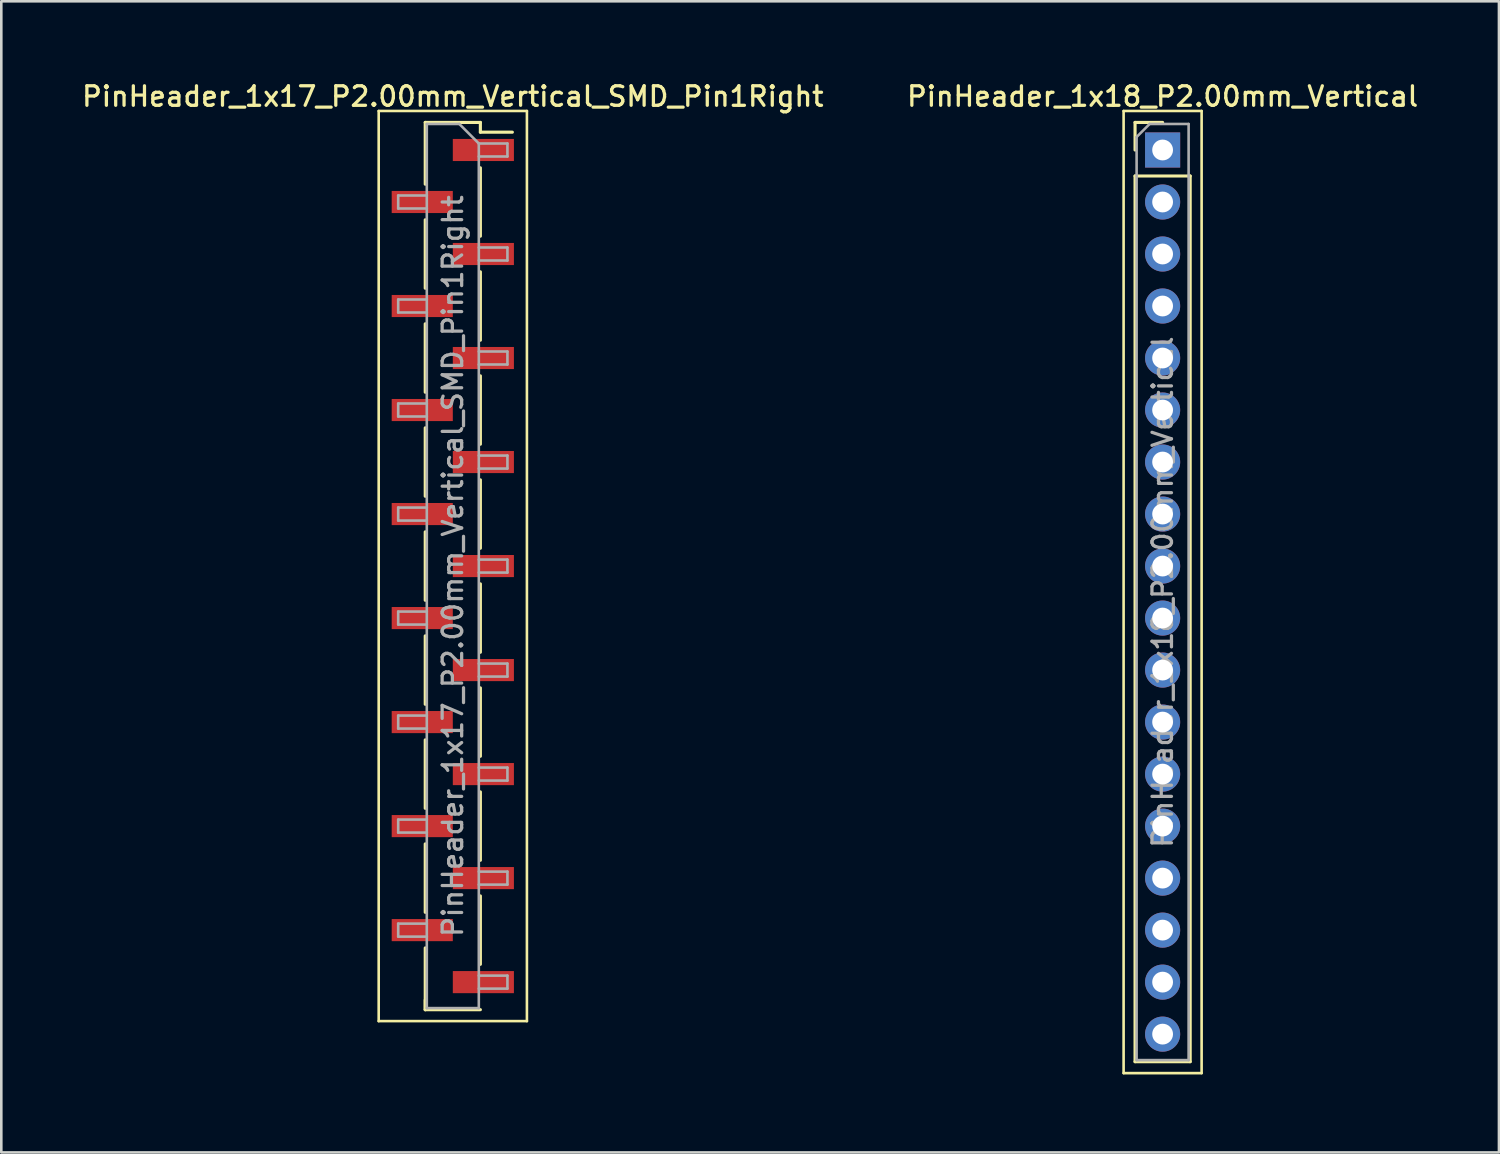
<source format=kicad_pcb>
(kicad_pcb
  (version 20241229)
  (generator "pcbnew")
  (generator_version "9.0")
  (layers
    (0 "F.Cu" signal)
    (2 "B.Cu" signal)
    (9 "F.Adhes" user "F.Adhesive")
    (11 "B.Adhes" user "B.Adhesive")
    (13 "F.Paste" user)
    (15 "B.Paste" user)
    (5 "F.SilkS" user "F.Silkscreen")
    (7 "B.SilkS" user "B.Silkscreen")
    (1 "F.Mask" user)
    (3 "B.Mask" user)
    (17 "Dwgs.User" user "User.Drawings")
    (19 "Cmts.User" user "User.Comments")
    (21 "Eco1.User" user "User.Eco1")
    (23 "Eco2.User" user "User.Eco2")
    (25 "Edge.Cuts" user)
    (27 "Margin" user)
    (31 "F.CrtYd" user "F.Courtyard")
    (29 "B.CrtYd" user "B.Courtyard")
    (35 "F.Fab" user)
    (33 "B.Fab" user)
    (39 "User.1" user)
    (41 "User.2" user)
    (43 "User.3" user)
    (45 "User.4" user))
  (footprint "PinHeader_1x18_P2.00mm_Vertical"
    (layer "F.Cu")
    (at 41.659 2.718)
    (property "Reference" "PinHeader_1x18_P2.00mm_Vertical" (at 0 -2.06 0) (layer "F.SilkS") (effects (font (size 0.75 0.75) (thickness 0.125))))
    (attr through_hole)
    (fp_line (start -1.5 -1.5) (end -1.5 35.5) (stroke (width 0.1) (type solid)) (layer "F.SilkS"))
    (fp_line (start -1.5 35.5) (end 1.5 35.5) (stroke (width 0.1) (type solid)) (layer "F.SilkS"))
    (fp_line (start -1.06 -1.06) (end 0 -1.06) (stroke (width 0.12) (type solid)) (layer "F.SilkS"))
    (fp_line (start -1.06 0) (end -1.06 -1.06) (stroke (width 0.12) (type solid)) (layer "F.SilkS"))
    (fp_line (start -1.06 1) (end -1.06 35.06) (stroke (width 0.12) (type solid)) (layer "F.SilkS"))
    (fp_line (start -1.06 1) (end 1.06 1) (stroke (width 0.12) (type solid)) (layer "F.SilkS"))
    (fp_line (start -1.06 35.06) (end 1.06 35.06) (stroke (width 0.12) (type solid)) (layer "F.SilkS"))
    (fp_line (start 1.06 1) (end 1.06 35.06) (stroke (width 0.12) (type solid)) (layer "F.SilkS"))
    (fp_line (start 1.5 -1.5) (end -1.5 -1.5) (stroke (width 0.1) (type solid)) (layer "F.SilkS"))
    (fp_line (start 1.5 35.5) (end 1.5 -1.5) (stroke (width 0.1) (type solid)) (layer "F.SilkS"))
    (fp_line (start -1 -0.5) (end -0.5 -1) (stroke (width 0.1) (type solid)) (layer "F.Fab"))
    (fp_line (start -1 35) (end -1 -0.5) (stroke (width 0.1) (type solid)) (layer "F.Fab"))
    (fp_line (start -0.5 -1) (end 1 -1) (stroke (width 0.1) (type solid)) (layer "F.Fab"))
    (fp_line (start 1 -1) (end 1 35) (stroke (width 0.1) (type solid)) (layer "F.Fab"))
    (fp_line (start 1 35) (end -1 35) (stroke (width 0.1) (type solid)) (layer "F.Fab"))
    (fp_text user "${REFERENCE}" (at 0 17 90) (layer "F.Fab") (effects (font (size 0.75 0.75) (thickness 0.125))))
    (pad "1" thru_hole rect (at 0 0) (size 1.35 1.35) (drill 0.8) (layers "*.Cu" "*.Mask"))
    (pad "2" thru_hole oval (at 0 2) (size 1.35 1.35) (drill 0.8) (layers "*.Cu" "*.Mask"))
    (pad "3" thru_hole oval (at 0 4) (size 1.35 1.35) (drill 0.8) (layers "*.Cu" "*.Mask"))
    (pad "4" thru_hole oval (at 0 6) (size 1.35 1.35) (drill 0.8) (layers "*.Cu" "*.Mask"))
    (pad "5" thru_hole oval (at 0 8) (size 1.35 1.35) (drill 0.8) (layers "*.Cu" "*.Mask"))
    (pad "6" thru_hole oval (at 0 10) (size 1.35 1.35) (drill 0.8) (layers "*.Cu" "*.Mask"))
    (pad "7" thru_hole oval (at 0 12) (size 1.35 1.35) (drill 0.8) (layers "*.Cu" "*.Mask"))
    (pad "8" thru_hole oval (at 0 14) (size 1.35 1.35) (drill 0.8) (layers "*.Cu" "*.Mask"))
    (pad "9" thru_hole oval (at 0 16) (size 1.35 1.35) (drill 0.8) (layers "*.Cu" "*.Mask"))
    (pad "10" thru_hole oval (at 0 18) (size 1.35 1.35) (drill 0.8) (layers "*.Cu" "*.Mask"))
    (pad "11" thru_hole oval (at 0 20) (size 1.35 1.35) (drill 0.8) (layers "*.Cu" "*.Mask"))
    (pad "12" thru_hole oval (at 0 22) (size 1.35 1.35) (drill 0.8) (layers "*.Cu" "*.Mask"))
    (pad "13" thru_hole oval (at 0 24) (size 1.35 1.35) (drill 0.8) (layers "*.Cu" "*.Mask"))
    (pad "14" thru_hole oval (at 0 26) (size 1.35 1.35) (drill 0.8) (layers "*.Cu" "*.Mask"))
    (pad "15" thru_hole oval (at 0 28) (size 1.35 1.35) (drill 0.8) (layers "*.Cu" "*.Mask"))
    (pad "16" thru_hole oval (at 0 30) (size 1.35 1.35) (drill 0.8) (layers "*.Cu" "*.Mask"))
    (pad "17" thru_hole oval (at 0 32) (size 1.35 1.35) (drill 0.8) (layers "*.Cu" "*.Mask"))
    (pad "18" thru_hole oval (at 0 34) (size 1.35 1.35) (drill 0.8) (layers "*.Cu" "*.Mask")))
  (footprint "PinHeader_1x17_P2.00mm_Vertical_SMD_Pin1Right"
    (layer "F.Cu")
    (at 14.363 18.718)
    (property "Reference" "PinHeader_1x17_P2.00mm_Vertical_SMD_Pin1Right" (at 0 -18.06 0) (layer "F.SilkS") (effects (font (size 0.75 0.75) (thickness 0.125))))
    (attr smd)
    (fp_line (start -2.85 -17.5) (end -2.85 17.5) (stroke (width 0.1) (type solid)) (layer "F.SilkS"))
    (fp_line (start -2.85 17.5) (end 2.85 17.5) (stroke (width 0.1) (type solid)) (layer "F.SilkS"))
    (fp_line (start -1.06 -17.06) (end -1.06 -14.685) (stroke (width 0.12) (type solid)) (layer "F.SilkS"))
    (fp_line (start -1.06 -17.06) (end 1.06 -17.06) (stroke (width 0.12) (type solid)) (layer "F.SilkS"))
    (fp_line (start -1.06 -13.315) (end -1.06 -10.685) (stroke (width 0.12) (type solid)) (layer "F.SilkS"))
    (fp_line (start -1.06 -9.315) (end -1.06 -6.685) (stroke (width 0.12) (type solid)) (layer "F.SilkS"))
    (fp_line (start -1.06 -5.315) (end -1.06 -2.685) (stroke (width 0.12) (type solid)) (layer "F.SilkS"))
    (fp_line (start -1.06 -1.315) (end -1.06 1.315) (stroke (width 0.12) (type solid)) (layer "F.SilkS"))
    (fp_line (start -1.06 2.685) (end -1.06 5.315) (stroke (width 0.12) (type solid)) (layer "F.SilkS"))
    (fp_line (start -1.06 6.685) (end -1.06 9.315) (stroke (width 0.12) (type solid)) (layer "F.SilkS"))
    (fp_line (start -1.06 10.685) (end -1.06 13.315) (stroke (width 0.12) (type solid)) (layer "F.SilkS"))
    (fp_line (start -1.06 14.685) (end -1.06 17.06) (stroke (width 0.12) (type solid)) (layer "F.SilkS"))
    (fp_line (start -1.06 16.685) (end -1.06 17.06) (stroke (width 0.12) (type solid)) (layer "F.SilkS"))
    (fp_line (start -1.06 17.06) (end 1.06 17.06) (stroke (width 0.12) (type solid)) (layer "F.SilkS"))
    (fp_line (start 1.06 -17.06) (end 1.06 -16.685) (stroke (width 0.12) (type solid)) (layer "F.SilkS"))
    (fp_line (start 1.06 -16.685) (end 2.29 -16.685) (stroke (width 0.12) (type solid)) (layer "F.SilkS"))
    (fp_line (start 1.06 -15.315) (end 1.06 -12.685) (stroke (width 0.12) (type solid)) (layer "F.SilkS"))
    (fp_line (start 1.06 -11.315) (end 1.06 -8.685) (stroke (width 0.12) (type solid)) (layer "F.SilkS"))
    (fp_line (start 1.06 -7.315) (end 1.06 -4.685) (stroke (width 0.12) (type solid)) (layer "F.SilkS"))
    (fp_line (start 1.06 -3.315) (end 1.06 -0.685) (stroke (width 0.12) (type solid)) (layer "F.SilkS"))
    (fp_line (start 1.06 0.685) (end 1.06 3.315) (stroke (width 0.12) (type solid)) (layer "F.SilkS"))
    (fp_line (start 1.06 4.685) (end 1.06 7.315) (stroke (width 0.12) (type solid)) (layer "F.SilkS"))
    (fp_line (start 1.06 8.685) (end 1.06 11.315) (stroke (width 0.12) (type solid)) (layer "F.SilkS"))
    (fp_line (start 1.06 12.685) (end 1.06 15.315) (stroke (width 0.12) (type solid)) (layer "F.SilkS"))
    (fp_line (start 2.85 -17.5) (end -2.85 -17.5) (stroke (width 0.1) (type solid)) (layer "F.SilkS"))
    (fp_line (start 2.85 17.5) (end 2.85 -17.5) (stroke (width 0.1) (type solid)) (layer "F.SilkS"))
    (fp_line (start -2.1 -14.25) (end -2.1 -13.75) (stroke (width 0.1) (type solid)) (layer "F.Fab"))
    (fp_line (start -2.1 -13.75) (end -1 -13.75) (stroke (width 0.1) (type solid)) (layer "F.Fab"))
    (fp_line (start -2.1 -10.25) (end -2.1 -9.75) (stroke (width 0.1) (type solid)) (layer "F.Fab"))
    (fp_line (start -2.1 -9.75) (end -1 -9.75) (stroke (width 0.1) (type solid)) (layer "F.Fab"))
    (fp_line (start -2.1 -6.25) (end -2.1 -5.75) (stroke (width 0.1) (type solid)) (layer "F.Fab"))
    (fp_line (start -2.1 -5.75) (end -1 -5.75) (stroke (width 0.1) (type solid)) (layer "F.Fab"))
    (fp_line (start -2.1 -2.25) (end -2.1 -1.75) (stroke (width 0.1) (type solid)) (layer "F.Fab"))
    (fp_line (start -2.1 -1.75) (end -1 -1.75) (stroke (width 0.1) (type solid)) (layer "F.Fab"))
    (fp_line (start -2.1 1.75) (end -2.1 2.25) (stroke (width 0.1) (type solid)) (layer "F.Fab"))
    (fp_line (start -2.1 2.25) (end -1 2.25) (stroke (width 0.1) (type solid)) (layer "F.Fab"))
    (fp_line (start -2.1 5.75) (end -2.1 6.25) (stroke (width 0.1) (type solid)) (layer "F.Fab"))
    (fp_line (start -2.1 6.25) (end -1 6.25) (stroke (width 0.1) (type solid)) (layer "F.Fab"))
    (fp_line (start -2.1 9.75) (end -2.1 10.25) (stroke (width 0.1) (type solid)) (layer "F.Fab"))
    (fp_line (start -2.1 10.25) (end -1 10.25) (stroke (width 0.1) (type solid)) (layer "F.Fab"))
    (fp_line (start -2.1 13.75) (end -2.1 14.25) (stroke (width 0.1) (type solid)) (layer "F.Fab"))
    (fp_line (start -2.1 14.25) (end -1 14.25) (stroke (width 0.1) (type solid)) (layer "F.Fab"))
    (fp_line (start -1 -17) (end -1 17) (stroke (width 0.1) (type solid)) (layer "F.Fab"))
    (fp_line (start -1 -17) (end 0.25 -17) (stroke (width 0.1) (type solid)) (layer "F.Fab"))
    (fp_line (start -1 -14.25) (end -2.1 -14.25) (stroke (width 0.1) (type solid)) (layer "F.Fab"))
    (fp_line (start -1 -10.25) (end -2.1 -10.25) (stroke (width 0.1) (type solid)) (layer "F.Fab"))
    (fp_line (start -1 -6.25) (end -2.1 -6.25) (stroke (width 0.1) (type solid)) (layer "F.Fab"))
    (fp_line (start -1 -2.25) (end -2.1 -2.25) (stroke (width 0.1) (type solid)) (layer "F.Fab"))
    (fp_line (start -1 1.75) (end -2.1 1.75) (stroke (width 0.1) (type solid)) (layer "F.Fab"))
    (fp_line (start -1 5.75) (end -2.1 5.75) (stroke (width 0.1) (type solid)) (layer "F.Fab"))
    (fp_line (start -1 9.75) (end -2.1 9.75) (stroke (width 0.1) (type solid)) (layer "F.Fab"))
    (fp_line (start -1 13.75) (end -2.1 13.75) (stroke (width 0.1) (type solid)) (layer "F.Fab"))
    (fp_line (start 1 -16.25) (end 0.25 -17) (stroke (width 0.1) (type solid)) (layer "F.Fab"))
    (fp_line (start 1 -16.25) (end 2.1 -16.25) (stroke (width 0.1) (type solid)) (layer "F.Fab"))
    (fp_line (start 1 -12.25) (end 2.1 -12.25) (stroke (width 0.1) (type solid)) (layer "F.Fab"))
    (fp_line (start 1 -8.25) (end 2.1 -8.25) (stroke (width 0.1) (type solid)) (layer "F.Fab"))
    (fp_line (start 1 -4.25) (end 2.1 -4.25) (stroke (width 0.1) (type solid)) (layer "F.Fab"))
    (fp_line (start 1 -0.25) (end 2.1 -0.25) (stroke (width 0.1) (type solid)) (layer "F.Fab"))
    (fp_line (start 1 3.75) (end 2.1 3.75) (stroke (width 0.1) (type solid)) (layer "F.Fab"))
    (fp_line (start 1 7.75) (end 2.1 7.75) (stroke (width 0.1) (type solid)) (layer "F.Fab"))
    (fp_line (start 1 11.75) (end 2.1 11.75) (stroke (width 0.1) (type solid)) (layer "F.Fab"))
    (fp_line (start 1 15.75) (end 2.1 15.75) (stroke (width 0.1) (type solid)) (layer "F.Fab"))
    (fp_line (start 1 17) (end -1 17) (stroke (width 0.1) (type solid)) (layer "F.Fab"))
    (fp_line (start 1 17) (end 1 -16.25) (stroke (width 0.1) (type solid)) (layer "F.Fab"))
    (fp_line (start 2.1 -16.25) (end 2.1 -15.75) (stroke (width 0.1) (type solid)) (layer "F.Fab"))
    (fp_line (start 2.1 -15.75) (end 1 -15.75) (stroke (width 0.1) (type solid)) (layer "F.Fab"))
    (fp_line (start 2.1 -12.25) (end 2.1 -11.75) (stroke (width 0.1) (type solid)) (layer "F.Fab"))
    (fp_line (start 2.1 -11.75) (end 1 -11.75) (stroke (width 0.1) (type solid)) (layer "F.Fab"))
    (fp_line (start 2.1 -8.25) (end 2.1 -7.75) (stroke (width 0.1) (type solid)) (layer "F.Fab"))
    (fp_line (start 2.1 -7.75) (end 1 -7.75) (stroke (width 0.1) (type solid)) (layer "F.Fab"))
    (fp_line (start 2.1 -4.25) (end 2.1 -3.75) (stroke (width 0.1) (type solid)) (layer "F.Fab"))
    (fp_line (start 2.1 -3.75) (end 1 -3.75) (stroke (width 0.1) (type solid)) (layer "F.Fab"))
    (fp_line (start 2.1 -0.25) (end 2.1 0.25) (stroke (width 0.1) (type solid)) (layer "F.Fab"))
    (fp_line (start 2.1 0.25) (end 1 0.25) (stroke (width 0.1) (type solid)) (layer "F.Fab"))
    (fp_line (start 2.1 3.75) (end 2.1 4.25) (stroke (width 0.1) (type solid)) (layer "F.Fab"))
    (fp_line (start 2.1 4.25) (end 1 4.25) (stroke (width 0.1) (type solid)) (layer "F.Fab"))
    (fp_line (start 2.1 7.75) (end 2.1 8.25) (stroke (width 0.1) (type solid)) (layer "F.Fab"))
    (fp_line (start 2.1 8.25) (end 1 8.25) (stroke (width 0.1) (type solid)) (layer "F.Fab"))
    (fp_line (start 2.1 11.75) (end 2.1 12.25) (stroke (width 0.1) (type solid)) (layer "F.Fab"))
    (fp_line (start 2.1 12.25) (end 1 12.25) (stroke (width 0.1) (type solid)) (layer "F.Fab"))
    (fp_line (start 2.1 15.75) (end 2.1 16.25) (stroke (width 0.1) (type solid)) (layer "F.Fab"))
    (fp_line (start 2.1 16.25) (end 1 16.25) (stroke (width 0.1) (type solid)) (layer "F.Fab"))
    (fp_text user "${REFERENCE}" (at 0 0 90) (layer "F.Fab") (effects (font (size 0.75 0.75) (thickness 0.125))))
    (pad "1" smd rect (at 1.175 -16) (size 2.35 0.85) (layers "F.Cu" "F.Mask" "F.Paste"))
    (pad "2" smd rect (at -1.175 -14) (size 2.35 0.85) (layers "F.Cu" "F.Mask" "F.Paste"))
    (pad "3" smd rect (at 1.175 -12) (size 2.35 0.85) (layers "F.Cu" "F.Mask" "F.Paste"))
    (pad "4" smd rect (at -1.175 -10) (size 2.35 0.85) (layers "F.Cu" "F.Mask" "F.Paste"))
    (pad "5" smd rect (at 1.175 -8) (size 2.35 0.85) (layers "F.Cu" "F.Mask" "F.Paste"))
    (pad "6" smd rect (at -1.175 -6) (size 2.35 0.85) (layers "F.Cu" "F.Mask" "F.Paste"))
    (pad "7" smd rect (at 1.175 -4) (size 2.35 0.85) (layers "F.Cu" "F.Mask" "F.Paste"))
    (pad "8" smd rect (at -1.175 -2) (size 2.35 0.85) (layers "F.Cu" "F.Mask" "F.Paste"))
    (pad "9" smd rect (at 1.175 0) (size 2.35 0.85) (layers "F.Cu" "F.Mask" "F.Paste"))
    (pad "10" smd rect (at -1.175 2) (size 2.35 0.85) (layers "F.Cu" "F.Mask" "F.Paste"))
    (pad "11" smd rect (at 1.175 4) (size 2.35 0.85) (layers "F.Cu" "F.Mask" "F.Paste"))
    (pad "12" smd rect (at -1.175 6) (size 2.35 0.85) (layers "F.Cu" "F.Mask" "F.Paste"))
    (pad "13" smd rect (at 1.175 8) (size 2.35 0.85) (layers "F.Cu" "F.Mask" "F.Paste"))
    (pad "14" smd rect (at -1.175 10) (size 2.35 0.85) (layers "F.Cu" "F.Mask" "F.Paste"))
    (pad "15" smd rect (at 1.175 12) (size 2.35 0.85) (layers "F.Cu" "F.Mask" "F.Paste"))
    (pad "16" smd rect (at -1.175 14) (size 2.35 0.85) (layers "F.Cu" "F.Mask" "F.Paste"))
    (pad "17" smd rect (at 1.175 16) (size 2.35 0.85) (layers "F.Cu" "F.Mask" "F.Paste")))
  (gr_rect
    (start -3 -3)
    (end 54.593 41.268)
    (stroke (width 0.1) (type default))
    (fill no)
    (layer "Edge.Cuts")))
</source>
